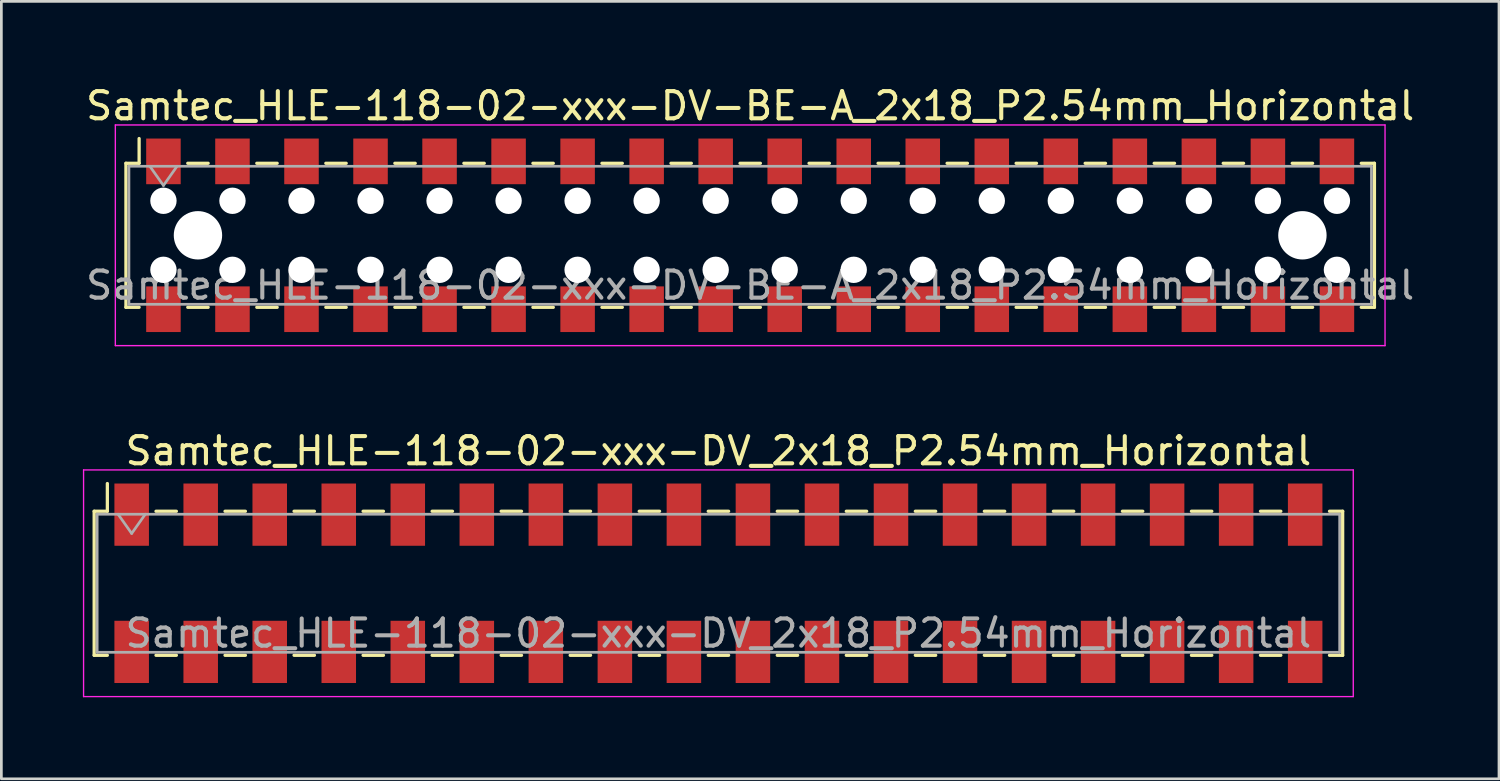
<source format=kicad_pcb>
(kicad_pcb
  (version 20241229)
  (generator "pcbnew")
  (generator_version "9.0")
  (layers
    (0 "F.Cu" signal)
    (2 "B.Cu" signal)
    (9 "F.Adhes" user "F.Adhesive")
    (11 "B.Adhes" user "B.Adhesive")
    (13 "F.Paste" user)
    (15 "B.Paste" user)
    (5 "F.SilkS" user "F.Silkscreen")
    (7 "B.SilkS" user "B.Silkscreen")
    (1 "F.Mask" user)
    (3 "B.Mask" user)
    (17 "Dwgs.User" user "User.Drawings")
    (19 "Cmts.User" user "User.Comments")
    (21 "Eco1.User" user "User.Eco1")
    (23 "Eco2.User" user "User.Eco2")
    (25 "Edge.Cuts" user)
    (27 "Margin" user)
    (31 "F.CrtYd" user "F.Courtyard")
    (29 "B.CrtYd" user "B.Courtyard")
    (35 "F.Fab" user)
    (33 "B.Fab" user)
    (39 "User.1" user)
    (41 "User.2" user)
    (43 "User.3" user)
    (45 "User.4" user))
  (footprint "Samtec_HLE-118-02-xxx-DV_2x18_P2.54mm_Horizontal"
    (layer "F.Cu")
    (at 23.385 18.412)
    (property "Reference" "Samtec_HLE-118-02-xxx-DV_2x18_P2.54mm_Horizontal" (at 0 -4.87 0) (layer "F.SilkS") (effects (font (size 1 1) (thickness 0.15))))
    (attr smd)
    (fp_line (start -22.97 -2.65) (end -22.97 2.65) (stroke (width 0.12) (type solid)) (layer "F.SilkS"))
    (fp_line (start -22.97 2.65) (end -22.485 2.65) (stroke (width 0.12) (type solid)) (layer "F.SilkS"))
    (fp_line (start -22.485 -3.67) (end -22.485 -2.65) (stroke (width 0.12) (type solid)) (layer "F.SilkS"))
    (fp_line (start -22.485 -2.65) (end -22.97 -2.65) (stroke (width 0.12) (type solid)) (layer "F.SilkS"))
    (fp_line (start -20.695 -2.65) (end -19.945 -2.65) (stroke (width 0.12) (type solid)) (layer "F.SilkS"))
    (fp_line (start -20.695 2.65) (end -19.945 2.65) (stroke (width 0.12) (type solid)) (layer "F.SilkS"))
    (fp_line (start -18.155 -2.65) (end -17.405 -2.65) (stroke (width 0.12) (type solid)) (layer "F.SilkS"))
    (fp_line (start -18.155 2.65) (end -17.405 2.65) (stroke (width 0.12) (type solid)) (layer "F.SilkS"))
    (fp_line (start -15.615 -2.65) (end -14.865 -2.65) (stroke (width 0.12) (type solid)) (layer "F.SilkS"))
    (fp_line (start -15.615 2.65) (end -14.865 2.65) (stroke (width 0.12) (type solid)) (layer "F.SilkS"))
    (fp_line (start -13.075 -2.65) (end -12.325 -2.65) (stroke (width 0.12) (type solid)) (layer "F.SilkS"))
    (fp_line (start -13.075 2.65) (end -12.325 2.65) (stroke (width 0.12) (type solid)) (layer "F.SilkS"))
    (fp_line (start -10.535 -2.65) (end -9.785 -2.65) (stroke (width 0.12) (type solid)) (layer "F.SilkS"))
    (fp_line (start -10.535 2.65) (end -9.785 2.65) (stroke (width 0.12) (type solid)) (layer "F.SilkS"))
    (fp_line (start -7.995 -2.65) (end -7.245 -2.65) (stroke (width 0.12) (type solid)) (layer "F.SilkS"))
    (fp_line (start -7.995 2.65) (end -7.245 2.65) (stroke (width 0.12) (type solid)) (layer "F.SilkS"))
    (fp_line (start -5.455 -2.65) (end -4.705 -2.65) (stroke (width 0.12) (type solid)) (layer "F.SilkS"))
    (fp_line (start -5.455 2.65) (end -4.705 2.65) (stroke (width 0.12) (type solid)) (layer "F.SilkS"))
    (fp_line (start -2.915 -2.65) (end -2.165 -2.65) (stroke (width 0.12) (type solid)) (layer "F.SilkS"))
    (fp_line (start -2.915 2.65) (end -2.165 2.65) (stroke (width 0.12) (type solid)) (layer "F.SilkS"))
    (fp_line (start -0.375 -2.65) (end 0.375 -2.65) (stroke (width 0.12) (type solid)) (layer "F.SilkS"))
    (fp_line (start -0.375 2.65) (end 0.375 2.65) (stroke (width 0.12) (type solid)) (layer "F.SilkS"))
    (fp_line (start 2.165 -2.65) (end 2.915 -2.65) (stroke (width 0.12) (type solid)) (layer "F.SilkS"))
    (fp_line (start 2.165 2.65) (end 2.915 2.65) (stroke (width 0.12) (type solid)) (layer "F.SilkS"))
    (fp_line (start 4.705 -2.65) (end 5.455 -2.65) (stroke (width 0.12) (type solid)) (layer "F.SilkS"))
    (fp_line (start 4.705 2.65) (end 5.455 2.65) (stroke (width 0.12) (type solid)) (layer "F.SilkS"))
    (fp_line (start 7.245 -2.65) (end 7.995 -2.65) (stroke (width 0.12) (type solid)) (layer "F.SilkS"))
    (fp_line (start 7.245 2.65) (end 7.995 2.65) (stroke (width 0.12) (type solid)) (layer "F.SilkS"))
    (fp_line (start 9.785 -2.65) (end 10.535 -2.65) (stroke (width 0.12) (type solid)) (layer "F.SilkS"))
    (fp_line (start 9.785 2.65) (end 10.535 2.65) (stroke (width 0.12) (type solid)) (layer "F.SilkS"))
    (fp_line (start 12.325 -2.65) (end 13.075 -2.65) (stroke (width 0.12) (type solid)) (layer "F.SilkS"))
    (fp_line (start 12.325 2.65) (end 13.075 2.65) (stroke (width 0.12) (type solid)) (layer "F.SilkS"))
    (fp_line (start 14.865 -2.65) (end 15.615 -2.65) (stroke (width 0.12) (type solid)) (layer "F.SilkS"))
    (fp_line (start 14.865 2.65) (end 15.615 2.65) (stroke (width 0.12) (type solid)) (layer "F.SilkS"))
    (fp_line (start 17.405 -2.65) (end 18.155 -2.65) (stroke (width 0.12) (type solid)) (layer "F.SilkS"))
    (fp_line (start 17.405 2.65) (end 18.155 2.65) (stroke (width 0.12) (type solid)) (layer "F.SilkS"))
    (fp_line (start 19.945 -2.65) (end 20.695 -2.65) (stroke (width 0.12) (type solid)) (layer "F.SilkS"))
    (fp_line (start 19.945 2.65) (end 20.695 2.65) (stroke (width 0.12) (type solid)) (layer "F.SilkS"))
    (fp_line (start 22.485 -2.65) (end 22.97 -2.65) (stroke (width 0.12) (type solid)) (layer "F.SilkS"))
    (fp_line (start 22.97 -2.65) (end 22.97 2.65) (stroke (width 0.12) (type solid)) (layer "F.SilkS"))
    (fp_line (start 22.97 2.65) (end 22.485 2.65) (stroke (width 0.12) (type solid)) (layer "F.SilkS"))
    (fp_line (start -23.36 -4.17) (end 23.36 -4.17) (stroke (width 0.05) (type solid)) (layer "F.CrtYd"))
    (fp_line (start -23.36 4.17) (end -23.36 -4.17) (stroke (width 0.05) (type solid)) (layer "F.CrtYd"))
    (fp_line (start 23.36 -4.17) (end 23.36 4.17) (stroke (width 0.05) (type solid)) (layer "F.CrtYd"))
    (fp_line (start 23.36 4.17) (end -23.36 4.17) (stroke (width 0.05) (type solid)) (layer "F.CrtYd"))
    (fp_line (start -22.86 -2.54) (end 22.86 -2.54) (stroke (width 0.1) (type solid)) (layer "F.Fab"))
    (fp_line (start -22.86 2.54) (end -22.86 -2.54) (stroke (width 0.1) (type solid)) (layer "F.Fab"))
    (fp_line (start -22.09 -2.54) (end -21.59 -1.833) (stroke (width 0.1) (type solid)) (layer "F.Fab"))
    (fp_line (start -21.59 -1.833) (end -21.09 -2.54) (stroke (width 0.1) (type solid)) (layer "F.Fab"))
    (fp_line (start 22.86 -2.54) (end 22.86 2.54) (stroke (width 0.1) (type solid)) (layer "F.Fab"))
    (fp_line (start 22.86 2.54) (end -22.86 2.54) (stroke (width 0.1) (type solid)) (layer "F.Fab"))
    (fp_text user "${REFERENCE}" (at 0 1.84 0) (layer "F.Fab") (effects (font (size 1 1) (thickness 0.15))))
    (pad "1" smd rect (at -21.59 -2.525) (size 1.27 2.29) (layers "F.Cu" "F.Mask" "F.Paste"))
    (pad "2" smd rect (at -21.59 2.525) (size 1.27 2.29) (layers "F.Cu" "F.Mask" "F.Paste"))
    (pad "3" smd rect (at -19.05 -2.525) (size 1.27 2.29) (layers "F.Cu" "F.Mask" "F.Paste"))
    (pad "4" smd rect (at -19.05 2.525) (size 1.27 2.29) (layers "F.Cu" "F.Mask" "F.Paste"))
    (pad "5" smd rect (at -16.51 -2.525) (size 1.27 2.29) (layers "F.Cu" "F.Mask" "F.Paste"))
    (pad "6" smd rect (at -16.51 2.525) (size 1.27 2.29) (layers "F.Cu" "F.Mask" "F.Paste"))
    (pad "7" smd rect (at -13.97 -2.525) (size 1.27 2.29) (layers "F.Cu" "F.Mask" "F.Paste"))
    (pad "8" smd rect (at -13.97 2.525) (size 1.27 2.29) (layers "F.Cu" "F.Mask" "F.Paste"))
    (pad "9" smd rect (at -11.43 -2.525) (size 1.27 2.29) (layers "F.Cu" "F.Mask" "F.Paste"))
    (pad "10" smd rect (at -11.43 2.525) (size 1.27 2.29) (layers "F.Cu" "F.Mask" "F.Paste"))
    (pad "11" smd rect (at -8.89 -2.525) (size 1.27 2.29) (layers "F.Cu" "F.Mask" "F.Paste"))
    (pad "12" smd rect (at -8.89 2.525) (size 1.27 2.29) (layers "F.Cu" "F.Mask" "F.Paste"))
    (pad "13" smd rect (at -6.35 -2.525) (size 1.27 2.29) (layers "F.Cu" "F.Mask" "F.Paste"))
    (pad "14" smd rect (at -6.35 2.525) (size 1.27 2.29) (layers "F.Cu" "F.Mask" "F.Paste"))
    (pad "15" smd rect (at -3.81 -2.525) (size 1.27 2.29) (layers "F.Cu" "F.Mask" "F.Paste"))
    (pad "16" smd rect (at -3.81 2.525) (size 1.27 2.29) (layers "F.Cu" "F.Mask" "F.Paste"))
    (pad "17" smd rect (at -1.27 -2.525) (size 1.27 2.29) (layers "F.Cu" "F.Mask" "F.Paste"))
    (pad "18" smd rect (at -1.27 2.525) (size 1.27 2.29) (layers "F.Cu" "F.Mask" "F.Paste"))
    (pad "19" smd rect (at 1.27 -2.525) (size 1.27 2.29) (layers "F.Cu" "F.Mask" "F.Paste"))
    (pad "20" smd rect (at 1.27 2.525) (size 1.27 2.29) (layers "F.Cu" "F.Mask" "F.Paste"))
    (pad "21" smd rect (at 3.81 -2.525) (size 1.27 2.29) (layers "F.Cu" "F.Mask" "F.Paste"))
    (pad "22" smd rect (at 3.81 2.525) (size 1.27 2.29) (layers "F.Cu" "F.Mask" "F.Paste"))
    (pad "23" smd rect (at 6.35 -2.525) (size 1.27 2.29) (layers "F.Cu" "F.Mask" "F.Paste"))
    (pad "24" smd rect (at 6.35 2.525) (size 1.27 2.29) (layers "F.Cu" "F.Mask" "F.Paste"))
    (pad "25" smd rect (at 8.89 -2.525) (size 1.27 2.29) (layers "F.Cu" "F.Mask" "F.Paste"))
    (pad "26" smd rect (at 8.89 2.525) (size 1.27 2.29) (layers "F.Cu" "F.Mask" "F.Paste"))
    (pad "27" smd rect (at 11.43 -2.525) (size 1.27 2.29) (layers "F.Cu" "F.Mask" "F.Paste"))
    (pad "28" smd rect (at 11.43 2.525) (size 1.27 2.29) (layers "F.Cu" "F.Mask" "F.Paste"))
    (pad "29" smd rect (at 13.97 -2.525) (size 1.27 2.29) (layers "F.Cu" "F.Mask" "F.Paste"))
    (pad "30" smd rect (at 13.97 2.525) (size 1.27 2.29) (layers "F.Cu" "F.Mask" "F.Paste"))
    (pad "31" smd rect (at 16.51 -2.525) (size 1.27 2.29) (layers "F.Cu" "F.Mask" "F.Paste"))
    (pad "32" smd rect (at 16.51 2.525) (size 1.27 2.29) (layers "F.Cu" "F.Mask" "F.Paste"))
    (pad "33" smd rect (at 19.05 -2.525) (size 1.27 2.29) (layers "F.Cu" "F.Mask" "F.Paste"))
    (pad "34" smd rect (at 19.05 2.525) (size 1.27 2.29) (layers "F.Cu" "F.Mask" "F.Paste"))
    (pad "35" smd rect (at 21.59 -2.525) (size 1.27 2.29) (layers "F.Cu" "F.Mask" "F.Paste"))
    (pad "36" smd rect (at 21.59 2.525) (size 1.27 2.29) (layers "F.Cu" "F.Mask" "F.Paste")))
  (footprint "Samtec_HLE-118-02-xxx-DV-BE-A_2x18_P2.54mm_Horizontal"
    (layer "F.Cu")
    (at 24.554 5.608)
    (property "Reference" "Samtec_HLE-118-02-xxx-DV-BE-A_2x18_P2.54mm_Horizontal" (at 0 -4.76 0) (layer "F.SilkS") (effects (font (size 1 1) (thickness 0.15))))
    (attr smd)
    (fp_line (start -22.97 -2.65) (end -22.97 2.65) (stroke (width 0.12) (type solid)) (layer "F.SilkS"))
    (fp_line (start -22.97 2.65) (end -22.485 2.65) (stroke (width 0.12) (type solid)) (layer "F.SilkS"))
    (fp_line (start -22.485 -3.56) (end -22.485 -2.65) (stroke (width 0.12) (type solid)) (layer "F.SilkS"))
    (fp_line (start -22.485 -2.65) (end -22.97 -2.65) (stroke (width 0.12) (type solid)) (layer "F.SilkS"))
    (fp_line (start -20.695 -2.65) (end -19.945 -2.65) (stroke (width 0.12) (type solid)) (layer "F.SilkS"))
    (fp_line (start -20.695 2.65) (end -19.945 2.65) (stroke (width 0.12) (type solid)) (layer "F.SilkS"))
    (fp_line (start -18.155 -2.65) (end -17.405 -2.65) (stroke (width 0.12) (type solid)) (layer "F.SilkS"))
    (fp_line (start -18.155 2.65) (end -17.405 2.65) (stroke (width 0.12) (type solid)) (layer "F.SilkS"))
    (fp_line (start -15.615 -2.65) (end -14.865 -2.65) (stroke (width 0.12) (type solid)) (layer "F.SilkS"))
    (fp_line (start -15.615 2.65) (end -14.865 2.65) (stroke (width 0.12) (type solid)) (layer "F.SilkS"))
    (fp_line (start -13.075 -2.65) (end -12.325 -2.65) (stroke (width 0.12) (type solid)) (layer "F.SilkS"))
    (fp_line (start -13.075 2.65) (end -12.325 2.65) (stroke (width 0.12) (type solid)) (layer "F.SilkS"))
    (fp_line (start -10.535 -2.65) (end -9.785 -2.65) (stroke (width 0.12) (type solid)) (layer "F.SilkS"))
    (fp_line (start -10.535 2.65) (end -9.785 2.65) (stroke (width 0.12) (type solid)) (layer "F.SilkS"))
    (fp_line (start -7.995 -2.65) (end -7.245 -2.65) (stroke (width 0.12) (type solid)) (layer "F.SilkS"))
    (fp_line (start -7.995 2.65) (end -7.245 2.65) (stroke (width 0.12) (type solid)) (layer "F.SilkS"))
    (fp_line (start -5.455 -2.65) (end -4.705 -2.65) (stroke (width 0.12) (type solid)) (layer "F.SilkS"))
    (fp_line (start -5.455 2.65) (end -4.705 2.65) (stroke (width 0.12) (type solid)) (layer "F.SilkS"))
    (fp_line (start -2.915 -2.65) (end -2.165 -2.65) (stroke (width 0.12) (type solid)) (layer "F.SilkS"))
    (fp_line (start -2.915 2.65) (end -2.165 2.65) (stroke (width 0.12) (type solid)) (layer "F.SilkS"))
    (fp_line (start -0.375 -2.65) (end 0.375 -2.65) (stroke (width 0.12) (type solid)) (layer "F.SilkS"))
    (fp_line (start -0.375 2.65) (end 0.375 2.65) (stroke (width 0.12) (type solid)) (layer "F.SilkS"))
    (fp_line (start 2.165 -2.65) (end 2.915 -2.65) (stroke (width 0.12) (type solid)) (layer "F.SilkS"))
    (fp_line (start 2.165 2.65) (end 2.915 2.65) (stroke (width 0.12) (type solid)) (layer "F.SilkS"))
    (fp_line (start 4.705 -2.65) (end 5.455 -2.65) (stroke (width 0.12) (type solid)) (layer "F.SilkS"))
    (fp_line (start 4.705 2.65) (end 5.455 2.65) (stroke (width 0.12) (type solid)) (layer "F.SilkS"))
    (fp_line (start 7.245 -2.65) (end 7.995 -2.65) (stroke (width 0.12) (type solid)) (layer "F.SilkS"))
    (fp_line (start 7.245 2.65) (end 7.995 2.65) (stroke (width 0.12) (type solid)) (layer "F.SilkS"))
    (fp_line (start 9.785 -2.65) (end 10.535 -2.65) (stroke (width 0.12) (type solid)) (layer "F.SilkS"))
    (fp_line (start 9.785 2.65) (end 10.535 2.65) (stroke (width 0.12) (type solid)) (layer "F.SilkS"))
    (fp_line (start 12.325 -2.65) (end 13.075 -2.65) (stroke (width 0.12) (type solid)) (layer "F.SilkS"))
    (fp_line (start 12.325 2.65) (end 13.075 2.65) (stroke (width 0.12) (type solid)) (layer "F.SilkS"))
    (fp_line (start 14.865 -2.65) (end 15.615 -2.65) (stroke (width 0.12) (type solid)) (layer "F.SilkS"))
    (fp_line (start 14.865 2.65) (end 15.615 2.65) (stroke (width 0.12) (type solid)) (layer "F.SilkS"))
    (fp_line (start 17.405 -2.65) (end 18.155 -2.65) (stroke (width 0.12) (type solid)) (layer "F.SilkS"))
    (fp_line (start 17.405 2.65) (end 18.155 2.65) (stroke (width 0.12) (type solid)) (layer "F.SilkS"))
    (fp_line (start 19.945 -2.65) (end 20.695 -2.65) (stroke (width 0.12) (type solid)) (layer "F.SilkS"))
    (fp_line (start 19.945 2.65) (end 20.695 2.65) (stroke (width 0.12) (type solid)) (layer "F.SilkS"))
    (fp_line (start 22.485 -2.65) (end 22.97 -2.65) (stroke (width 0.12) (type solid)) (layer "F.SilkS"))
    (fp_line (start 22.97 -2.65) (end 22.97 2.65) (stroke (width 0.12) (type solid)) (layer "F.SilkS"))
    (fp_line (start 22.97 2.65) (end 22.485 2.65) (stroke (width 0.12) (type solid)) (layer "F.SilkS"))
    (fp_line (start -23.36 -4.06) (end 23.36 -4.06) (stroke (width 0.05) (type solid)) (layer "F.CrtYd"))
    (fp_line (start -23.36 4.06) (end -23.36 -4.06) (stroke (width 0.05) (type solid)) (layer "F.CrtYd"))
    (fp_line (start 23.36 -4.06) (end 23.36 4.06) (stroke (width 0.05) (type solid)) (layer "F.CrtYd"))
    (fp_line (start 23.36 4.06) (end -23.36 4.06) (stroke (width 0.05) (type solid)) (layer "F.CrtYd"))
    (fp_line (start -22.86 -2.54) (end 22.86 -2.54) (stroke (width 0.1) (type solid)) (layer "F.Fab"))
    (fp_line (start -22.86 2.54) (end -22.86 -2.54) (stroke (width 0.1) (type solid)) (layer "F.Fab"))
    (fp_line (start -22.09 -2.54) (end -21.59 -1.833) (stroke (width 0.1) (type solid)) (layer "F.Fab"))
    (fp_line (start -21.59 -1.833) (end -21.09 -2.54) (stroke (width 0.1) (type solid)) (layer "F.Fab"))
    (fp_line (start 22.86 -2.54) (end 22.86 2.54) (stroke (width 0.1) (type solid)) (layer "F.Fab"))
    (fp_line (start 22.86 2.54) (end -22.86 2.54) (stroke (width 0.1) (type solid)) (layer "F.Fab"))
    (fp_text user "${REFERENCE}" (at 0 1.84 0) (layer "F.Fab") (effects (font (size 1 1) (thickness 0.15))))
    (pad "" np_thru_hole circle (at -21.59 -1.27) (size 0.97 0.97) (drill 0.97) (layers "*.Cu" "*.Mask"))
    (pad "" np_thru_hole circle (at -21.59 1.27) (size 0.97 0.97) (drill 0.97) (layers "*.Cu" "*.Mask"))
    (pad "" np_thru_hole circle (at -20.32 0) (size 1.78 1.78) (drill 1.78) (layers "*.Cu" "*.Mask"))
    (pad "" np_thru_hole circle (at -19.05 -1.27) (size 0.97 0.97) (drill 0.97) (layers "*.Cu" "*.Mask"))
    (pad "" np_thru_hole circle (at -19.05 1.27) (size 0.97 0.97) (drill 0.97) (layers "*.Cu" "*.Mask"))
    (pad "" np_thru_hole circle (at -16.51 -1.27) (size 0.97 0.97) (drill 0.97) (layers "*.Cu" "*.Mask"))
    (pad "" np_thru_hole circle (at -16.51 1.27) (size 0.97 0.97) (drill 0.97) (layers "*.Cu" "*.Mask"))
    (pad "" np_thru_hole circle (at -13.97 -1.27) (size 0.97 0.97) (drill 0.97) (layers "*.Cu" "*.Mask"))
    (pad "" np_thru_hole circle (at -13.97 1.27) (size 0.97 0.97) (drill 0.97) (layers "*.Cu" "*.Mask"))
    (pad "" np_thru_hole circle (at -11.43 -1.27) (size 0.97 0.97) (drill 0.97) (layers "*.Cu" "*.Mask"))
    (pad "" np_thru_hole circle (at -11.43 1.27) (size 0.97 0.97) (drill 0.97) (layers "*.Cu" "*.Mask"))
    (pad "" np_thru_hole circle (at -8.89 -1.27) (size 0.97 0.97) (drill 0.97) (layers "*.Cu" "*.Mask"))
    (pad "" np_thru_hole circle (at -8.89 1.27) (size 0.97 0.97) (drill 0.97) (layers "*.Cu" "*.Mask"))
    (pad "" np_thru_hole circle (at -6.35 -1.27) (size 0.97 0.97) (drill 0.97) (layers "*.Cu" "*.Mask"))
    (pad "" np_thru_hole circle (at -6.35 1.27) (size 0.97 0.97) (drill 0.97) (layers "*.Cu" "*.Mask"))
    (pad "" np_thru_hole circle (at -3.81 -1.27) (size 0.97 0.97) (drill 0.97) (layers "*.Cu" "*.Mask"))
    (pad "" np_thru_hole circle (at -3.81 1.27) (size 0.97 0.97) (drill 0.97) (layers "*.Cu" "*.Mask"))
    (pad "" np_thru_hole circle (at -1.27 -1.27) (size 0.97 0.97) (drill 0.97) (layers "*.Cu" "*.Mask"))
    (pad "" np_thru_hole circle (at -1.27 1.27) (size 0.97 0.97) (drill 0.97) (layers "*.Cu" "*.Mask"))
    (pad "" np_thru_hole circle (at 1.27 -1.27) (size 0.97 0.97) (drill 0.97) (layers "*.Cu" "*.Mask"))
    (pad "" np_thru_hole circle (at 1.27 1.27) (size 0.97 0.97) (drill 0.97) (layers "*.Cu" "*.Mask"))
    (pad "" np_thru_hole circle (at 3.81 -1.27) (size 0.97 0.97) (drill 0.97) (layers "*.Cu" "*.Mask"))
    (pad "" np_thru_hole circle (at 3.81 1.27) (size 0.97 0.97) (drill 0.97) (layers "*.Cu" "*.Mask"))
    (pad "" np_thru_hole circle (at 6.35 -1.27) (size 0.97 0.97) (drill 0.97) (layers "*.Cu" "*.Mask"))
    (pad "" np_thru_hole circle (at 6.35 1.27) (size 0.97 0.97) (drill 0.97) (layers "*.Cu" "*.Mask"))
    (pad "" np_thru_hole circle (at 8.89 -1.27) (size 0.97 0.97) (drill 0.97) (layers "*.Cu" "*.Mask"))
    (pad "" np_thru_hole circle (at 8.89 1.27) (size 0.97 0.97) (drill 0.97) (layers "*.Cu" "*.Mask"))
    (pad "" np_thru_hole circle (at 11.43 -1.27) (size 0.97 0.97) (drill 0.97) (layers "*.Cu" "*.Mask"))
    (pad "" np_thru_hole circle (at 11.43 1.27) (size 0.97 0.97) (drill 0.97) (layers "*.Cu" "*.Mask"))
    (pad "" np_thru_hole circle (at 13.97 -1.27) (size 0.97 0.97) (drill 0.97) (layers "*.Cu" "*.Mask"))
    (pad "" np_thru_hole circle (at 13.97 1.27) (size 0.97 0.97) (drill 0.97) (layers "*.Cu" "*.Mask"))
    (pad "" np_thru_hole circle (at 16.51 -1.27) (size 0.97 0.97) (drill 0.97) (layers "*.Cu" "*.Mask"))
    (pad "" np_thru_hole circle (at 16.51 1.27) (size 0.97 0.97) (drill 0.97) (layers "*.Cu" "*.Mask"))
    (pad "" np_thru_hole circle (at 19.05 -1.27) (size 0.97 0.97) (drill 0.97) (layers "*.Cu" "*.Mask"))
    (pad "" np_thru_hole circle (at 19.05 1.27) (size 0.97 0.97) (drill 0.97) (layers "*.Cu" "*.Mask"))
    (pad "" np_thru_hole circle (at 20.32 0) (size 1.78 1.78) (drill 1.78) (layers "*.Cu" "*.Mask"))
    (pad "" np_thru_hole circle (at 21.59 -1.27) (size 0.97 0.97) (drill 0.97) (layers "*.Cu" "*.Mask"))
    (pad "" np_thru_hole circle (at 21.59 1.27) (size 0.97 0.97) (drill 0.97) (layers "*.Cu" "*.Mask"))
    (pad "1" smd rect (at -21.59 -2.72) (size 1.27 1.68) (layers "F.Cu" "F.Mask" "F.Paste"))
    (pad "2" smd rect (at -21.59 2.72) (size 1.27 1.68) (layers "F.Cu" "F.Mask" "F.Paste"))
    (pad "3" smd rect (at -19.05 -2.72) (size 1.27 1.68) (layers "F.Cu" "F.Mask" "F.Paste"))
    (pad "4" smd rect (at -19.05 2.72) (size 1.27 1.68) (layers "F.Cu" "F.Mask" "F.Paste"))
    (pad "5" smd rect (at -16.51 -2.72) (size 1.27 1.68) (layers "F.Cu" "F.Mask" "F.Paste"))
    (pad "6" smd rect (at -16.51 2.72) (size 1.27 1.68) (layers "F.Cu" "F.Mask" "F.Paste"))
    (pad "7" smd rect (at -13.97 -2.72) (size 1.27 1.68) (layers "F.Cu" "F.Mask" "F.Paste"))
    (pad "8" smd rect (at -13.97 2.72) (size 1.27 1.68) (layers "F.Cu" "F.Mask" "F.Paste"))
    (pad "9" smd rect (at -11.43 -2.72) (size 1.27 1.68) (layers "F.Cu" "F.Mask" "F.Paste"))
    (pad "10" smd rect (at -11.43 2.72) (size 1.27 1.68) (layers "F.Cu" "F.Mask" "F.Paste"))
    (pad "11" smd rect (at -8.89 -2.72) (size 1.27 1.68) (layers "F.Cu" "F.Mask" "F.Paste"))
    (pad "12" smd rect (at -8.89 2.72) (size 1.27 1.68) (layers "F.Cu" "F.Mask" "F.Paste"))
    (pad "13" smd rect (at -6.35 -2.72) (size 1.27 1.68) (layers "F.Cu" "F.Mask" "F.Paste"))
    (pad "14" smd rect (at -6.35 2.72) (size 1.27 1.68) (layers "F.Cu" "F.Mask" "F.Paste"))
    (pad "15" smd rect (at -3.81 -2.72) (size 1.27 1.68) (layers "F.Cu" "F.Mask" "F.Paste"))
    (pad "16" smd rect (at -3.81 2.72) (size 1.27 1.68) (layers "F.Cu" "F.Mask" "F.Paste"))
    (pad "17" smd rect (at -1.27 -2.72) (size 1.27 1.68) (layers "F.Cu" "F.Mask" "F.Paste"))
    (pad "18" smd rect (at -1.27 2.72) (size 1.27 1.68) (layers "F.Cu" "F.Mask" "F.Paste"))
    (pad "19" smd rect (at 1.27 -2.72) (size 1.27 1.68) (layers "F.Cu" "F.Mask" "F.Paste"))
    (pad "20" smd rect (at 1.27 2.72) (size 1.27 1.68) (layers "F.Cu" "F.Mask" "F.Paste"))
    (pad "21" smd rect (at 3.81 -2.72) (size 1.27 1.68) (layers "F.Cu" "F.Mask" "F.Paste"))
    (pad "22" smd rect (at 3.81 2.72) (size 1.27 1.68) (layers "F.Cu" "F.Mask" "F.Paste"))
    (pad "23" smd rect (at 6.35 -2.72) (size 1.27 1.68) (layers "F.Cu" "F.Mask" "F.Paste"))
    (pad "24" smd rect (at 6.35 2.72) (size 1.27 1.68) (layers "F.Cu" "F.Mask" "F.Paste"))
    (pad "25" smd rect (at 8.89 -2.72) (size 1.27 1.68) (layers "F.Cu" "F.Mask" "F.Paste"))
    (pad "26" smd rect (at 8.89 2.72) (size 1.27 1.68) (layers "F.Cu" "F.Mask" "F.Paste"))
    (pad "27" smd rect (at 11.43 -2.72) (size 1.27 1.68) (layers "F.Cu" "F.Mask" "F.Paste"))
    (pad "28" smd rect (at 11.43 2.72) (size 1.27 1.68) (layers "F.Cu" "F.Mask" "F.Paste"))
    (pad "29" smd rect (at 13.97 -2.72) (size 1.27 1.68) (layers "F.Cu" "F.Mask" "F.Paste"))
    (pad "30" smd rect (at 13.97 2.72) (size 1.27 1.68) (layers "F.Cu" "F.Mask" "F.Paste"))
    (pad "31" smd rect (at 16.51 -2.72) (size 1.27 1.68) (layers "F.Cu" "F.Mask" "F.Paste"))
    (pad "32" smd rect (at 16.51 2.72) (size 1.27 1.68) (layers "F.Cu" "F.Mask" "F.Paste"))
    (pad "33" smd rect (at 19.05 -2.72) (size 1.27 1.68) (layers "F.Cu" "F.Mask" "F.Paste"))
    (pad "34" smd rect (at 19.05 2.72) (size 1.27 1.68) (layers "F.Cu" "F.Mask" "F.Paste"))
    (pad "35" smd rect (at 21.59 -2.72) (size 1.27 1.68) (layers "F.Cu" "F.Mask" "F.Paste"))
    (pad "36" smd rect (at 21.59 2.72) (size 1.27 1.68) (layers "F.Cu" "F.Mask" "F.Paste")))
  (gr_rect
    (start -3 -3)
    (end 52.107 25.607)
    (stroke (width 0.1) (type default))
    (fill no)
    (layer "Edge.Cuts")))
</source>
